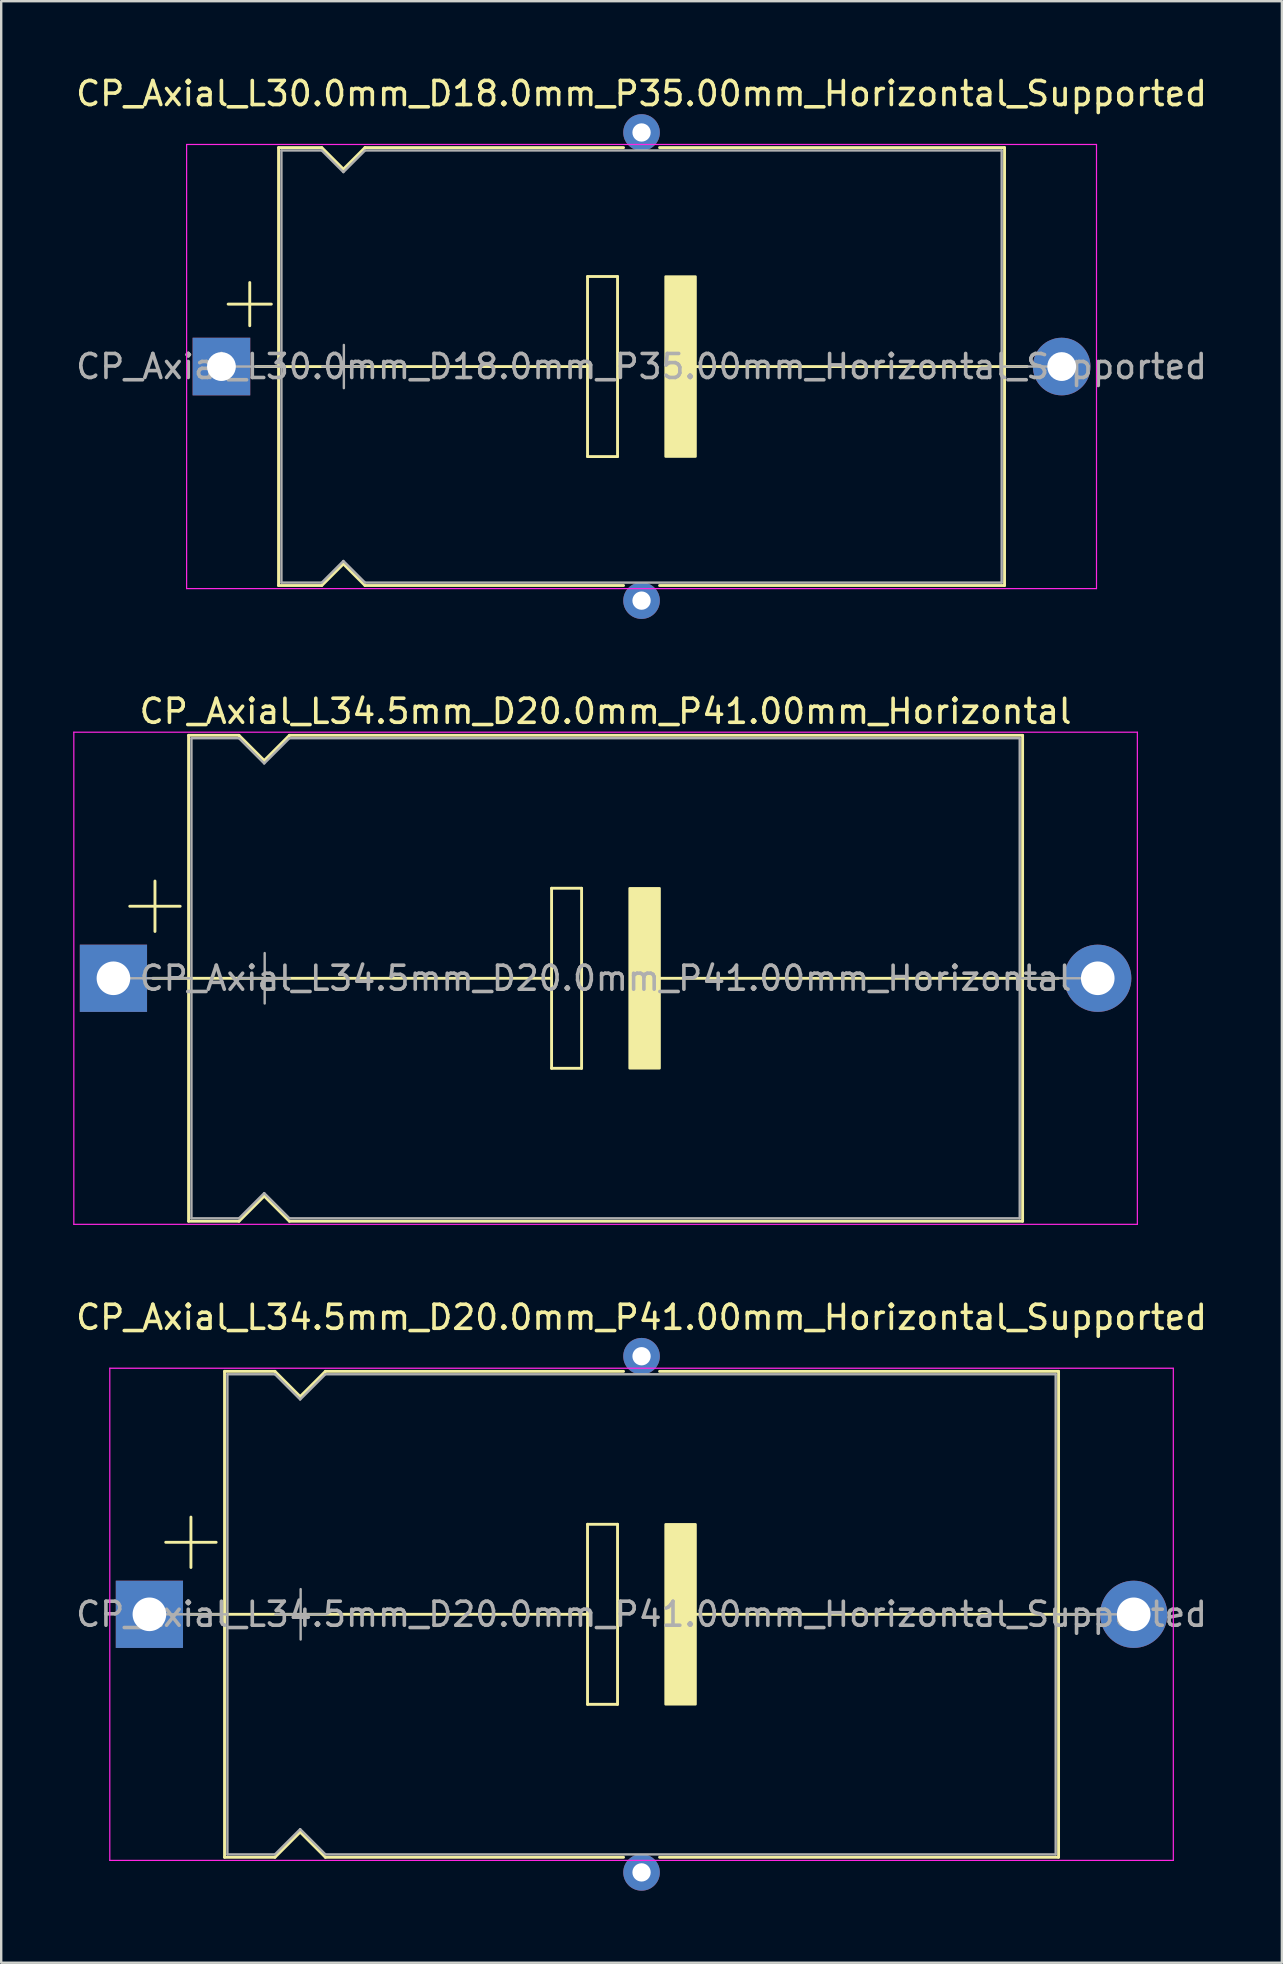
<source format=kicad_pcb>
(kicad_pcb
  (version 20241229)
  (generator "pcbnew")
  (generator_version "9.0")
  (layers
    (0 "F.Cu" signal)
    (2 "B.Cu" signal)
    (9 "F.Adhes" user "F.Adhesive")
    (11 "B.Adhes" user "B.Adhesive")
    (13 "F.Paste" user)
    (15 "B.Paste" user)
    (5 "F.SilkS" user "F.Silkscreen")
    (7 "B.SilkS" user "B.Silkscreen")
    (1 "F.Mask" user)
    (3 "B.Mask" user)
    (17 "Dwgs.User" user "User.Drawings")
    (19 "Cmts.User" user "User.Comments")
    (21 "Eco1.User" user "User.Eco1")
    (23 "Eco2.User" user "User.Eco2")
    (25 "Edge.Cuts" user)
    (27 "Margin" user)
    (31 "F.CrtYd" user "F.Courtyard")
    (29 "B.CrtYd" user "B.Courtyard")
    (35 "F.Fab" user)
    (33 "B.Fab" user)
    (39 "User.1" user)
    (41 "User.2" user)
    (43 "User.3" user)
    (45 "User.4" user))
  (footprint "CP_Axial_L34.5mm_D20.0mm_P41.00mm_Horizontal"
    (layer "F.Cu")
    (at 1.675 37.699)
    (property "Reference" "CP_Axial_L34.5mm_D20.0mm_P41.00mm_Horizontal" (at 20.5 -11.12 0) (layer "F.SilkS") (effects (font (size 1 1) (thickness 0.15))))
    (attr through_hole)
    (fp_line (start 0.68 -3) (end 2.78 -3) (stroke (width 0.12) (type solid)) (layer "F.SilkS"))
    (fp_line (start 1.64 0) (end 3.13 0) (stroke (width 0.12) (type solid)) (layer "F.SilkS"))
    (fp_line (start 1.73 -4.05) (end 1.73 -1.95) (stroke (width 0.12) (type solid)) (layer "F.SilkS"))
    (fp_line (start 3.111 0) (end 18.25 0) (stroke (width 0.12) (type solid)) (layer "F.SilkS"))
    (fp_line (start 3.13 -10.12) (end 3.13 10.12) (stroke (width 0.12) (type solid)) (layer "F.SilkS"))
    (fp_line (start 3.13 -10.12) (end 5.23 -10.12) (stroke (width 0.12) (type solid)) (layer "F.SilkS"))
    (fp_line (start 3.13 10.12) (end 5.23 10.12) (stroke (width 0.12) (type solid)) (layer "F.SilkS"))
    (fp_line (start 5.23 -10.12) (end 6.28 -9.07) (stroke (width 0.12) (type solid)) (layer "F.SilkS"))
    (fp_line (start 5.23 10.12) (end 6.28 9.07) (stroke (width 0.12) (type solid)) (layer "F.SilkS"))
    (fp_line (start 6.28 -9.07) (end 7.33 -10.12) (stroke (width 0.12) (type solid)) (layer "F.SilkS"))
    (fp_line (start 6.28 9.07) (end 7.33 10.12) (stroke (width 0.12) (type solid)) (layer "F.SilkS"))
    (fp_line (start 7.33 -10.12) (end 37.87 -10.12) (stroke (width 0.12) (type solid)) (layer "F.SilkS"))
    (fp_line (start 7.33 10.12) (end 37.87 10.12) (stroke (width 0.12) (type solid)) (layer "F.SilkS"))
    (fp_line (start 18.25 -3.75) (end 19.5 -3.75) (stroke (width 0.12) (type solid)) (layer "F.SilkS"))
    (fp_line (start 18.25 0) (end 18.25 -3.75) (stroke (width 0.12) (type solid)) (layer "F.SilkS"))
    (fp_line (start 18.25 3.75) (end 18.25 0) (stroke (width 0.12) (type solid)) (layer "F.SilkS"))
    (fp_line (start 19.5 -3.75) (end 19.5 3.75) (stroke (width 0.12) (type solid)) (layer "F.SilkS"))
    (fp_line (start 19.5 3.75) (end 18.25 3.75) (stroke (width 0.12) (type solid)) (layer "F.SilkS"))
    (fp_line (start 22.75 0) (end 37.87 0) (stroke (width 0.12) (type solid)) (layer "F.SilkS"))
    (fp_line (start 37.87 -10.12) (end 37.87 10.12) (stroke (width 0.12) (type solid)) (layer "F.SilkS"))
    (fp_line (start 39.36 0) (end 37.87 0) (stroke (width 0.12) (type solid)) (layer "F.SilkS"))
    (fp_poly (pts (xy 22.75 3.75) (xy 21.5 3.75) (xy 21.5 -3.75) (xy 22.75 -3.75)) (stroke (width 0.1) (type solid)) (fill yes) (layer "F.SilkS"))
    (fp_line (start -1.65 -10.25) (end -1.65 10.25) (stroke (width 0.05) (type solid)) (layer "F.CrtYd"))
    (fp_line (start -1.65 10.25) (end 42.65 10.25) (stroke (width 0.05) (type solid)) (layer "F.CrtYd"))
    (fp_line (start 42.65 -10.25) (end -1.65 -10.25) (stroke (width 0.05) (type solid)) (layer "F.CrtYd"))
    (fp_line (start 42.65 10.25) (end 42.65 -10.25) (stroke (width 0.05) (type solid)) (layer "F.CrtYd"))
    (fp_line (start 0 0) (end 3.25 0) (stroke (width 0.1) (type solid)) (layer "F.Fab"))
    (fp_line (start 3.25 -10) (end 3.25 10) (stroke (width 0.1) (type solid)) (layer "F.Fab"))
    (fp_line (start 3.25 -10) (end 5.23 -10) (stroke (width 0.1) (type solid)) (layer "F.Fab"))
    (fp_line (start 3.25 10) (end 5.23 10) (stroke (width 0.1) (type solid)) (layer "F.Fab"))
    (fp_line (start 5.23 -10) (end 6.28 -8.95) (stroke (width 0.1) (type solid)) (layer "F.Fab"))
    (fp_line (start 5.23 10) (end 6.28 8.95) (stroke (width 0.1) (type solid)) (layer "F.Fab"))
    (fp_line (start 5.25 0) (end 7.35 0) (stroke (width 0.1) (type solid)) (layer "F.Fab"))
    (fp_line (start 6.28 -8.95) (end 7.33 -10) (stroke (width 0.1) (type solid)) (layer "F.Fab"))
    (fp_line (start 6.28 8.95) (end 7.33 10) (stroke (width 0.1) (type solid)) (layer "F.Fab"))
    (fp_line (start 6.3 -1.05) (end 6.3 1.05) (stroke (width 0.1) (type solid)) (layer "F.Fab"))
    (fp_line (start 7.33 -10) (end 37.75 -10) (stroke (width 0.1) (type solid)) (layer "F.Fab"))
    (fp_line (start 7.33 10) (end 37.75 10) (stroke (width 0.1) (type solid)) (layer "F.Fab"))
    (fp_line (start 37.75 -10) (end 37.75 10) (stroke (width 0.1) (type solid)) (layer "F.Fab"))
    (fp_line (start 41 0) (end 37.75 0) (stroke (width 0.1) (type solid)) (layer "F.Fab"))
    (fp_text user "${REFERENCE}" (at 20.5 0 0) (layer "F.Fab") (effects (font (size 1 1) (thickness 0.15))))
    (pad "1" thru_hole rect (at 0 0) (size 2.8 2.8) (drill 1.4) (layers "*.Cu" "*.Mask"))
    (pad "2" thru_hole oval (at 41 0) (size 2.8 2.8) (drill 1.4) (layers "*.Cu" "*.Mask")))
  (footprint "CP_Axial_L34.5mm_D20.0mm_P41.00mm_Horizontal_Supported"
    (layer "F.Cu")
    (at 3.173 64.192)
    (property "Reference" "CP_Axial_L34.5mm_D20.0mm_P41.00mm_Horizontal_Supported" (at 20.5 -12.37 0) (layer "F.SilkS") (effects (font (size 1 1) (thickness 0.15))))
    (attr through_hole)
    (fp_line (start 0.68 -3) (end 2.78 -3) (stroke (width 0.12) (type solid)) (layer "F.SilkS"))
    (fp_line (start 1.64 0) (end 3.13 0) (stroke (width 0.12) (type solid)) (layer "F.SilkS"))
    (fp_line (start 1.73 -4.05) (end 1.73 -1.95) (stroke (width 0.12) (type solid)) (layer "F.SilkS"))
    (fp_line (start 3.13 -10.12) (end 3.13 10.12) (stroke (width 0.12) (type solid)) (layer "F.SilkS"))
    (fp_line (start 3.13 -10.12) (end 5.23 -10.12) (stroke (width 0.12) (type solid)) (layer "F.SilkS"))
    (fp_line (start 3.13 0) (end 18.25 0) (stroke (width 0.12) (type solid)) (layer "F.SilkS"))
    (fp_line (start 3.13 10.12) (end 5.23 10.12) (stroke (width 0.12) (type solid)) (layer "F.SilkS"))
    (fp_line (start 5.23 -10.12) (end 6.28 -9.07) (stroke (width 0.12) (type solid)) (layer "F.SilkS"))
    (fp_line (start 5.23 10.12) (end 6.28 9.07) (stroke (width 0.12) (type solid)) (layer "F.SilkS"))
    (fp_line (start 6.28 -9.07) (end 7.33 -10.12) (stroke (width 0.12) (type solid)) (layer "F.SilkS"))
    (fp_line (start 6.28 9.07) (end 7.33 10.12) (stroke (width 0.12) (type solid)) (layer "F.SilkS"))
    (fp_line (start 7.33 -10.12) (end 19.75 -10.12) (stroke (width 0.12) (type solid)) (layer "F.SilkS"))
    (fp_line (start 7.33 10.12) (end 19.75 10.12) (stroke (width 0.12) (type solid)) (layer "F.SilkS"))
    (fp_line (start 18.25 -3.75) (end 19.5 -3.75) (stroke (width 0.12) (type solid)) (layer "F.SilkS"))
    (fp_line (start 18.25 0) (end 18.25 -3.75) (stroke (width 0.12) (type solid)) (layer "F.SilkS"))
    (fp_line (start 18.25 3.75) (end 18.25 0) (stroke (width 0.12) (type solid)) (layer "F.SilkS"))
    (fp_line (start 19.5 -3.75) (end 19.5 3.75) (stroke (width 0.12) (type solid)) (layer "F.SilkS"))
    (fp_line (start 19.5 3.75) (end 18.25 3.75) (stroke (width 0.12) (type solid)) (layer "F.SilkS"))
    (fp_line (start 21.25 -10.12) (end 37.87 -10.12) (stroke (width 0.12) (type solid)) (layer "F.SilkS"))
    (fp_line (start 21.25 10.12) (end 37.87 10.12) (stroke (width 0.12) (type solid)) (layer "F.SilkS"))
    (fp_line (start 22.75 0) (end 37.87 0) (stroke (width 0.12) (type solid)) (layer "F.SilkS"))
    (fp_line (start 37.87 -10.12) (end 37.87 10.12) (stroke (width 0.12) (type solid)) (layer "F.SilkS"))
    (fp_line (start 39.36 0) (end 37.87 0) (stroke (width 0.12) (type solid)) (layer "F.SilkS"))
    (fp_poly (pts (xy 22.75 3.75) (xy 21.5 3.75) (xy 21.5 -3.75) (xy 22.75 -3.75)) (stroke (width 0.1) (type solid)) (fill yes) (layer "F.SilkS"))
    (fp_line (start -1.65 -10.25) (end -1.65 10.25) (stroke (width 0.05) (type solid)) (layer "F.CrtYd"))
    (fp_line (start -1.65 10.25) (end 42.65 10.25) (stroke (width 0.05) (type solid)) (layer "F.CrtYd"))
    (fp_line (start 42.65 -10.25) (end -1.65 -10.25) (stroke (width 0.05) (type solid)) (layer "F.CrtYd"))
    (fp_line (start 42.65 10.25) (end 42.65 -10.25) (stroke (width 0.05) (type solid)) (layer "F.CrtYd"))
    (fp_line (start 0 0) (end 3.25 0) (stroke (width 0.1) (type solid)) (layer "F.Fab"))
    (fp_line (start 3.25 -10) (end 3.25 10) (stroke (width 0.1) (type solid)) (layer "F.Fab"))
    (fp_line (start 3.25 -10) (end 5.23 -10) (stroke (width 0.1) (type solid)) (layer "F.Fab"))
    (fp_line (start 3.25 10) (end 5.23 10) (stroke (width 0.1) (type solid)) (layer "F.Fab"))
    (fp_line (start 5.23 -10) (end 6.28 -8.95) (stroke (width 0.1) (type solid)) (layer "F.Fab"))
    (fp_line (start 5.23 10) (end 6.28 8.95) (stroke (width 0.1) (type solid)) (layer "F.Fab"))
    (fp_line (start 5.25 0) (end 7.35 0) (stroke (width 0.1) (type solid)) (layer "F.Fab"))
    (fp_line (start 6.28 -8.95) (end 7.33 -10) (stroke (width 0.1) (type solid)) (layer "F.Fab"))
    (fp_line (start 6.28 8.95) (end 7.33 10) (stroke (width 0.1) (type solid)) (layer "F.Fab"))
    (fp_line (start 6.3 -1.05) (end 6.3 1.05) (stroke (width 0.1) (type solid)) (layer "F.Fab"))
    (fp_line (start 7.33 -10) (end 37.75 -10) (stroke (width 0.1) (type solid)) (layer "F.Fab"))
    (fp_line (start 7.33 10) (end 37.75 10) (stroke (width 0.1) (type solid)) (layer "F.Fab"))
    (fp_line (start 37.75 -10) (end 37.75 10) (stroke (width 0.1) (type solid)) (layer "F.Fab"))
    (fp_line (start 41 0) (end 37.75 0) (stroke (width 0.1) (type solid)) (layer "F.Fab"))
    (fp_text user "${REFERENCE}" (at 20.5 0 0) (layer "F.Fab") (effects (font (size 1 1) (thickness 0.15))))
    (pad "" thru_hole circle (at 20.5 -10.75) (size 1.524 1.524) (drill 0.762) (layers "*.Cu" "*.Mask"))
    (pad "" thru_hole circle (at 20.5 10.75) (size 1.524 1.524) (drill 0.762) (layers "*.Cu" "*.Mask"))
    (pad "1" thru_hole rect (at 0 0) (size 2.8 2.8) (drill 1.4) (layers "*.Cu" "*.Mask"))
    (pad "2" thru_hole oval (at 41 0) (size 2.8 2.8) (drill 1.4) (layers "*.Cu" "*.Mask")))
  (footprint "CP_Axial_L30.0mm_D18.0mm_P35.00mm_Horizontal_Supported"
    (layer "F.Cu")
    (at 6.173 12.218)
    (property "Reference" "CP_Axial_L30.0mm_D18.0mm_P35.00mm_Horizontal_Supported" (at 17.5 -11.37 0) (layer "F.SilkS") (effects (font (size 1 1) (thickness 0.15))))
    (attr through_hole)
    (fp_line (start 0.28 -2.6) (end 2.08 -2.6) (stroke (width 0.12) (type solid)) (layer "F.SilkS"))
    (fp_line (start 1.18 -3.5) (end 1.18 -1.7) (stroke (width 0.12) (type solid)) (layer "F.SilkS"))
    (fp_line (start 1.44 0) (end 2.38 0) (stroke (width 0.12) (type solid)) (layer "F.SilkS"))
    (fp_line (start 2.38 -9.12) (end 2.38 9.12) (stroke (width 0.12) (type solid)) (layer "F.SilkS"))
    (fp_line (start 2.38 -9.12) (end 4.18 -9.12) (stroke (width 0.12) (type solid)) (layer "F.SilkS"))
    (fp_line (start 2.38 0) (end 15.25 0) (stroke (width 0.12) (type solid)) (layer "F.SilkS"))
    (fp_line (start 2.38 9.12) (end 4.18 9.12) (stroke (width 0.12) (type solid)) (layer "F.SilkS"))
    (fp_line (start 4.18 -9.12) (end 5.08 -8.22) (stroke (width 0.12) (type solid)) (layer "F.SilkS"))
    (fp_line (start 4.18 9.12) (end 5.08 8.22) (stroke (width 0.12) (type solid)) (layer "F.SilkS"))
    (fp_line (start 5.08 -8.22) (end 5.98 -9.12) (stroke (width 0.12) (type solid)) (layer "F.SilkS"))
    (fp_line (start 5.08 8.22) (end 5.98 9.12) (stroke (width 0.12) (type solid)) (layer "F.SilkS"))
    (fp_line (start 5.98 -9.12) (end 16.75 -9.12) (stroke (width 0.12) (type solid)) (layer "F.SilkS"))
    (fp_line (start 5.98 9.12) (end 16.75 9.12) (stroke (width 0.12) (type solid)) (layer "F.SilkS"))
    (fp_line (start 15.25 -3.75) (end 16.5 -3.75) (stroke (width 0.12) (type solid)) (layer "F.SilkS"))
    (fp_line (start 15.25 0) (end 15.25 -3.75) (stroke (width 0.12) (type solid)) (layer "F.SilkS"))
    (fp_line (start 15.25 3.75) (end 15.25 0) (stroke (width 0.12) (type solid)) (layer "F.SilkS"))
    (fp_line (start 16.5 -3.75) (end 16.5 3.75) (stroke (width 0.12) (type solid)) (layer "F.SilkS"))
    (fp_line (start 16.5 3.75) (end 15.25 3.75) (stroke (width 0.12) (type solid)) (layer "F.SilkS"))
    (fp_line (start 18.25 -9.12) (end 32.62 -9.12) (stroke (width 0.12) (type solid)) (layer "F.SilkS"))
    (fp_line (start 18.25 9.12) (end 32.62 9.12) (stroke (width 0.12) (type solid)) (layer "F.SilkS"))
    (fp_line (start 19.75 0) (end 32.62 0) (stroke (width 0.12) (type solid)) (layer "F.SilkS"))
    (fp_line (start 32.62 -9.12) (end 32.62 9.12) (stroke (width 0.12) (type solid)) (layer "F.SilkS"))
    (fp_line (start 33.56 0) (end 32.62 0) (stroke (width 0.12) (type solid)) (layer "F.SilkS"))
    (fp_poly (pts (xy 19.75 3.75) (xy 18.5 3.75) (xy 18.5 -3.75) (xy 19.75 -3.75)) (stroke (width 0.1) (type solid)) (fill yes) (layer "F.SilkS"))
    (fp_line (start -1.45 -9.25) (end -1.45 9.25) (stroke (width 0.05) (type solid)) (layer "F.CrtYd"))
    (fp_line (start -1.45 9.25) (end 36.45 9.25) (stroke (width 0.05) (type solid)) (layer "F.CrtYd"))
    (fp_line (start 36.45 -9.25) (end -1.45 -9.25) (stroke (width 0.05) (type solid)) (layer "F.CrtYd"))
    (fp_line (start 36.45 9.25) (end 36.45 -9.25) (stroke (width 0.05) (type solid)) (layer "F.CrtYd"))
    (fp_line (start 0 0) (end 2.5 0) (stroke (width 0.1) (type solid)) (layer "F.Fab"))
    (fp_line (start 2.5 -9) (end 2.5 9) (stroke (width 0.1) (type solid)) (layer "F.Fab"))
    (fp_line (start 2.5 -9) (end 4.18 -9) (stroke (width 0.1) (type solid)) (layer "F.Fab"))
    (fp_line (start 2.5 9) (end 4.18 9) (stroke (width 0.1) (type solid)) (layer "F.Fab"))
    (fp_line (start 4.18 -9) (end 5.08 -8.1) (stroke (width 0.1) (type solid)) (layer "F.Fab"))
    (fp_line (start 4.18 9) (end 5.08 8.1) (stroke (width 0.1) (type solid)) (layer "F.Fab"))
    (fp_line (start 4.2 0) (end 6 0) (stroke (width 0.1) (type solid)) (layer "F.Fab"))
    (fp_line (start 5.08 -8.1) (end 5.98 -9) (stroke (width 0.1) (type solid)) (layer "F.Fab"))
    (fp_line (start 5.08 8.1) (end 5.98 9) (stroke (width 0.1) (type solid)) (layer "F.Fab"))
    (fp_line (start 5.1 -0.9) (end 5.1 0.9) (stroke (width 0.1) (type solid)) (layer "F.Fab"))
    (fp_line (start 5.98 -9) (end 32.5 -9) (stroke (width 0.1) (type solid)) (layer "F.Fab"))
    (fp_line (start 5.98 9) (end 32.5 9) (stroke (width 0.1) (type solid)) (layer "F.Fab"))
    (fp_line (start 32.5 -9) (end 32.5 9) (stroke (width 0.1) (type solid)) (layer "F.Fab"))
    (fp_line (start 35 0) (end 32.5 0) (stroke (width 0.1) (type solid)) (layer "F.Fab"))
    (fp_text user "${REFERENCE}" (at 17.5 0 0) (layer "F.Fab") (effects (font (size 1 1) (thickness 0.15))))
    (pad "" thru_hole circle (at 17.5 -9.75) (size 1.524 1.524) (drill 0.762) (layers "*.Cu" "*.Mask"))
    (pad "" thru_hole circle (at 17.5 9.75) (size 1.524 1.524) (drill 0.762) (layers "*.Cu" "*.Mask"))
    (pad "1" thru_hole rect (at 0 0) (size 2.4 2.4) (drill 1.2) (layers "*.Cu" "*.Mask"))
    (pad "2" thru_hole oval (at 35 0) (size 2.4 2.4) (drill 1.2) (layers "*.Cu" "*.Mask")))
  (gr_rect
    (start -3 -3)
    (end 50.345 78.704)
    (stroke (width 0.1) (type default))
    (fill no)
    (layer "Edge.Cuts")))
</source>
